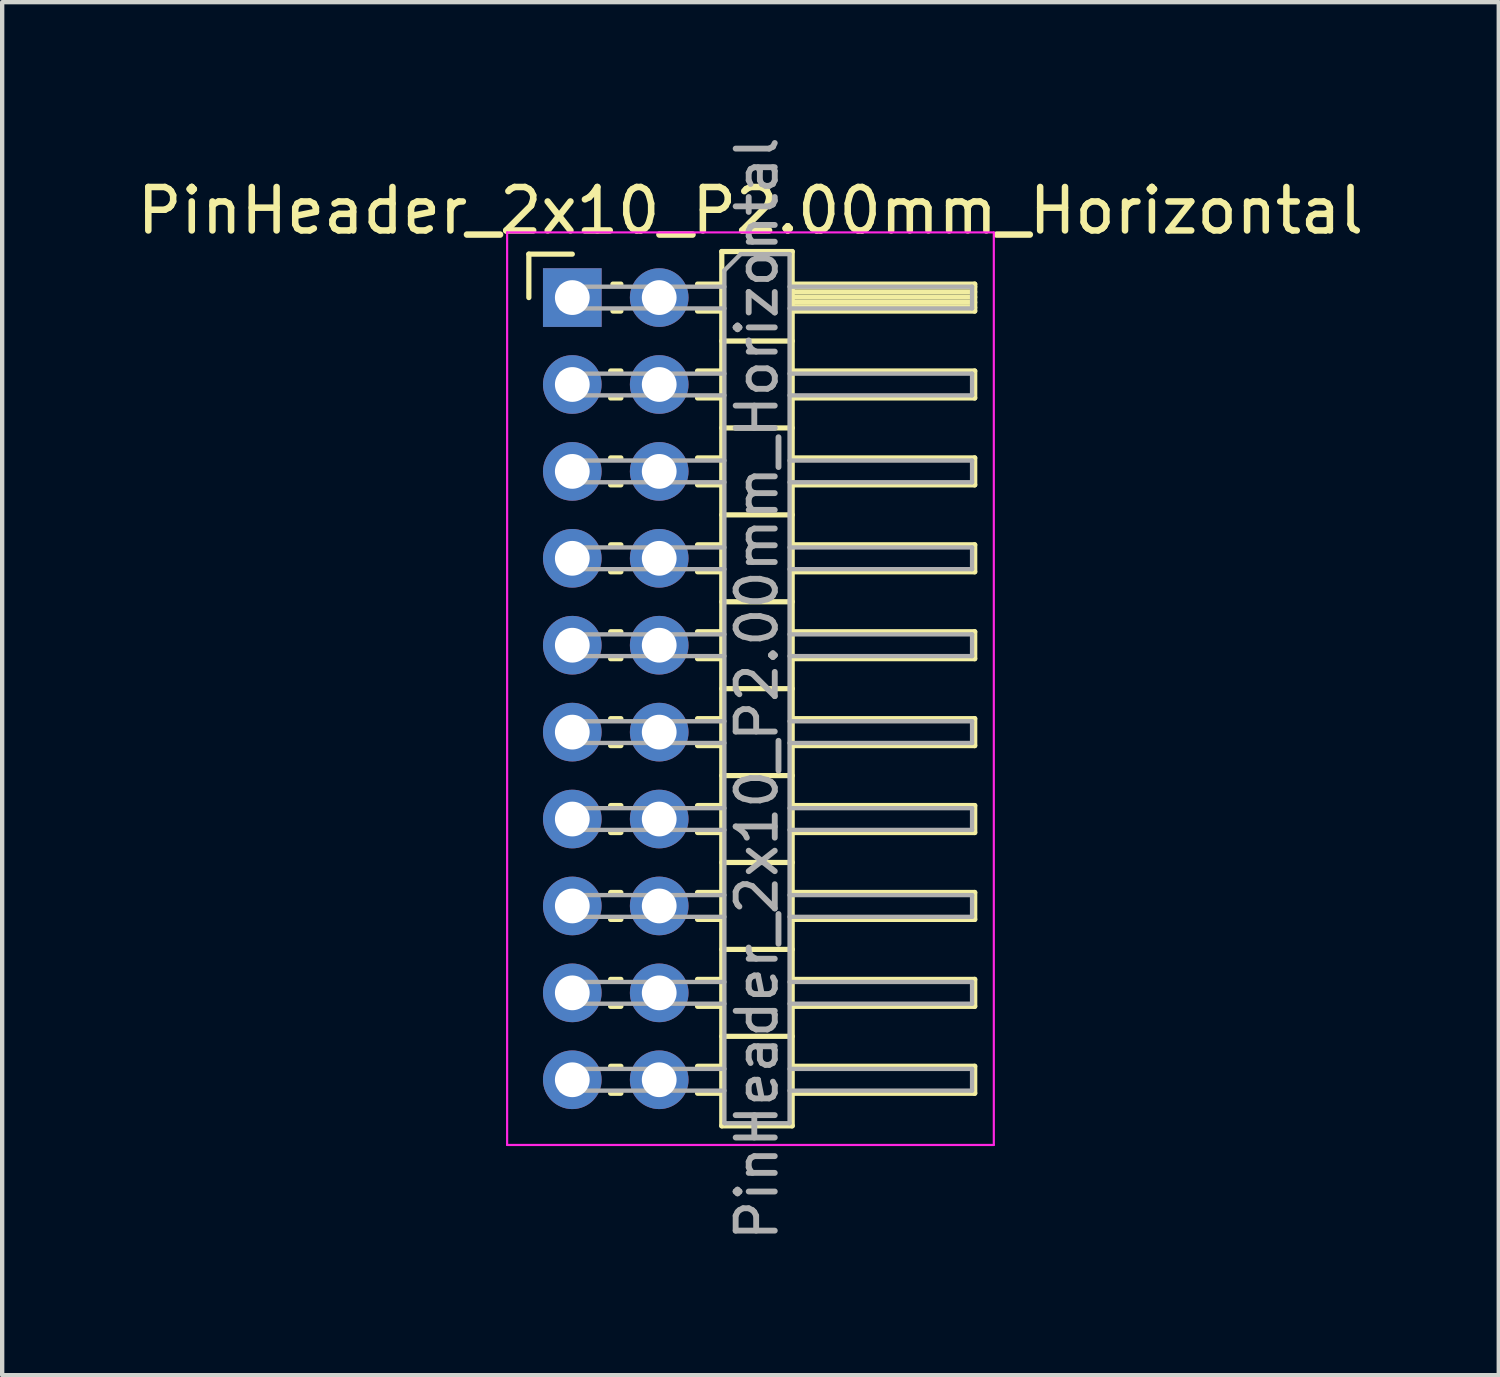
<source format=kicad_pcb>
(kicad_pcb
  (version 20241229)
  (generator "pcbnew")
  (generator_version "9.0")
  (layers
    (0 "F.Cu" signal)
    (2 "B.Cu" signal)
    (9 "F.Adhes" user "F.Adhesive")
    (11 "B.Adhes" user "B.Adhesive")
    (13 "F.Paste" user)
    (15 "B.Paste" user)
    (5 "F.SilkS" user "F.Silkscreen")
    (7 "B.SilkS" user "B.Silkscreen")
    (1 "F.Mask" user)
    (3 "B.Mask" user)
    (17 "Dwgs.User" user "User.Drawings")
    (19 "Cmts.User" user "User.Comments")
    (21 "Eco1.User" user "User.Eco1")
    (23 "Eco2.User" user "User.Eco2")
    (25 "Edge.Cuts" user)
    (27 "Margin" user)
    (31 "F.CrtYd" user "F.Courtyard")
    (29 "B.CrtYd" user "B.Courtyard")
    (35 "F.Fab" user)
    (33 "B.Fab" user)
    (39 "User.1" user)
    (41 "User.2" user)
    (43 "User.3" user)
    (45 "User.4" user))
  (footprint "PinHeader_2x10_P2.00mm_Horizontal"
    (layer "F.Cu")
    (at 10.12 3.798)
    (property "Reference" "PinHeader_2x10_P2.00mm_Horizontal" (at 4.1 -2 0) (layer "F.SilkS") (effects (font (size 1 1) (thickness 0.15))))
    (attr through_hole)
    (fp_line (start -1 -1) (end 0 -1) (stroke (width 0.12) (type solid)) (layer "F.SilkS"))
    (fp_line (start -1 0) (end -1 -1) (stroke (width 0.12) (type solid)) (layer "F.SilkS"))
    (fp_line (start 0.882 1.69) (end 1.118 1.69) (stroke (width 0.12) (type solid)) (layer "F.SilkS"))
    (fp_line (start 0.882 2.31) (end 1.118 2.31) (stroke (width 0.12) (type solid)) (layer "F.SilkS"))
    (fp_line (start 0.882 3.69) (end 1.118 3.69) (stroke (width 0.12) (type solid)) (layer "F.SilkS"))
    (fp_line (start 0.882 4.31) (end 1.118 4.31) (stroke (width 0.12) (type solid)) (layer "F.SilkS"))
    (fp_line (start 0.882 5.69) (end 1.118 5.69) (stroke (width 0.12) (type solid)) (layer "F.SilkS"))
    (fp_line (start 0.882 6.31) (end 1.118 6.31) (stroke (width 0.12) (type solid)) (layer "F.SilkS"))
    (fp_line (start 0.882 7.69) (end 1.118 7.69) (stroke (width 0.12) (type solid)) (layer "F.SilkS"))
    (fp_line (start 0.882 8.31) (end 1.118 8.31) (stroke (width 0.12) (type solid)) (layer "F.SilkS"))
    (fp_line (start 0.882 9.69) (end 1.118 9.69) (stroke (width 0.12) (type solid)) (layer "F.SilkS"))
    (fp_line (start 0.882 10.31) (end 1.118 10.31) (stroke (width 0.12) (type solid)) (layer "F.SilkS"))
    (fp_line (start 0.882 11.69) (end 1.118 11.69) (stroke (width 0.12) (type solid)) (layer "F.SilkS"))
    (fp_line (start 0.882 12.31) (end 1.118 12.31) (stroke (width 0.12) (type solid)) (layer "F.SilkS"))
    (fp_line (start 0.882 13.69) (end 1.118 13.69) (stroke (width 0.12) (type solid)) (layer "F.SilkS"))
    (fp_line (start 0.882 14.31) (end 1.118 14.31) (stroke (width 0.12) (type solid)) (layer "F.SilkS"))
    (fp_line (start 0.882 15.69) (end 1.118 15.69) (stroke (width 0.12) (type solid)) (layer "F.SilkS"))
    (fp_line (start 0.882 16.31) (end 1.118 16.31) (stroke (width 0.12) (type solid)) (layer "F.SilkS"))
    (fp_line (start 0.882 17.69) (end 1.118 17.69) (stroke (width 0.12) (type solid)) (layer "F.SilkS"))
    (fp_line (start 0.882 18.31) (end 1.118 18.31) (stroke (width 0.12) (type solid)) (layer "F.SilkS"))
    (fp_line (start 0.935 -0.31) (end 1.118 -0.31) (stroke (width 0.12) (type solid)) (layer "F.SilkS"))
    (fp_line (start 0.935 0.31) (end 1.118 0.31) (stroke (width 0.12) (type solid)) (layer "F.SilkS"))
    (fp_line (start 2.882 -0.31) (end 3.44 -0.31) (stroke (width 0.12) (type solid)) (layer "F.SilkS"))
    (fp_line (start 2.882 0.31) (end 3.44 0.31) (stroke (width 0.12) (type solid)) (layer "F.SilkS"))
    (fp_line (start 2.882 1.69) (end 3.44 1.69) (stroke (width 0.12) (type solid)) (layer "F.SilkS"))
    (fp_line (start 2.882 2.31) (end 3.44 2.31) (stroke (width 0.12) (type solid)) (layer "F.SilkS"))
    (fp_line (start 2.882 3.69) (end 3.44 3.69) (stroke (width 0.12) (type solid)) (layer "F.SilkS"))
    (fp_line (start 2.882 4.31) (end 3.44 4.31) (stroke (width 0.12) (type solid)) (layer "F.SilkS"))
    (fp_line (start 2.882 5.69) (end 3.44 5.69) (stroke (width 0.12) (type solid)) (layer "F.SilkS"))
    (fp_line (start 2.882 6.31) (end 3.44 6.31) (stroke (width 0.12) (type solid)) (layer "F.SilkS"))
    (fp_line (start 2.882 7.69) (end 3.44 7.69) (stroke (width 0.12) (type solid)) (layer "F.SilkS"))
    (fp_line (start 2.882 8.31) (end 3.44 8.31) (stroke (width 0.12) (type solid)) (layer "F.SilkS"))
    (fp_line (start 2.882 9.69) (end 3.44 9.69) (stroke (width 0.12) (type solid)) (layer "F.SilkS"))
    (fp_line (start 2.882 10.31) (end 3.44 10.31) (stroke (width 0.12) (type solid)) (layer "F.SilkS"))
    (fp_line (start 2.882 11.69) (end 3.44 11.69) (stroke (width 0.12) (type solid)) (layer "F.SilkS"))
    (fp_line (start 2.882 12.31) (end 3.44 12.31) (stroke (width 0.12) (type solid)) (layer "F.SilkS"))
    (fp_line (start 2.882 13.69) (end 3.44 13.69) (stroke (width 0.12) (type solid)) (layer "F.SilkS"))
    (fp_line (start 2.882 14.31) (end 3.44 14.31) (stroke (width 0.12) (type solid)) (layer "F.SilkS"))
    (fp_line (start 2.882 15.69) (end 3.44 15.69) (stroke (width 0.12) (type solid)) (layer "F.SilkS"))
    (fp_line (start 2.882 16.31) (end 3.44 16.31) (stroke (width 0.12) (type solid)) (layer "F.SilkS"))
    (fp_line (start 2.882 17.69) (end 3.44 17.69) (stroke (width 0.12) (type solid)) (layer "F.SilkS"))
    (fp_line (start 2.882 18.31) (end 3.44 18.31) (stroke (width 0.12) (type solid)) (layer "F.SilkS"))
    (fp_line (start 3.44 -1.06) (end 3.44 19.06) (stroke (width 0.12) (type solid)) (layer "F.SilkS"))
    (fp_line (start 3.44 1) (end 5.06 1) (stroke (width 0.12) (type solid)) (layer "F.SilkS"))
    (fp_line (start 3.44 3) (end 5.06 3) (stroke (width 0.12) (type solid)) (layer "F.SilkS"))
    (fp_line (start 3.44 5) (end 5.06 5) (stroke (width 0.12) (type solid)) (layer "F.SilkS"))
    (fp_line (start 3.44 7) (end 5.06 7) (stroke (width 0.12) (type solid)) (layer "F.SilkS"))
    (fp_line (start 3.44 9) (end 5.06 9) (stroke (width 0.12) (type solid)) (layer "F.SilkS"))
    (fp_line (start 3.44 11) (end 5.06 11) (stroke (width 0.12) (type solid)) (layer "F.SilkS"))
    (fp_line (start 3.44 13) (end 5.06 13) (stroke (width 0.12) (type solid)) (layer "F.SilkS"))
    (fp_line (start 3.44 15) (end 5.06 15) (stroke (width 0.12) (type solid)) (layer "F.SilkS"))
    (fp_line (start 3.44 17) (end 5.06 17) (stroke (width 0.12) (type solid)) (layer "F.SilkS"))
    (fp_line (start 3.44 19.06) (end 5.06 19.06) (stroke (width 0.12) (type solid)) (layer "F.SilkS"))
    (fp_line (start 5.06 -1.06) (end 3.44 -1.06) (stroke (width 0.12) (type solid)) (layer "F.SilkS"))
    (fp_line (start 5.06 -0.31) (end 9.26 -0.31) (stroke (width 0.12) (type solid)) (layer "F.SilkS"))
    (fp_line (start 5.06 -0.25) (end 9.26 -0.25) (stroke (width 0.12) (type solid)) (layer "F.SilkS"))
    (fp_line (start 5.06 -0.13) (end 9.26 -0.13) (stroke (width 0.12) (type solid)) (layer "F.SilkS"))
    (fp_line (start 5.06 -0.01) (end 9.26 -0.01) (stroke (width 0.12) (type solid)) (layer "F.SilkS"))
    (fp_line (start 5.06 0.11) (end 9.26 0.11) (stroke (width 0.12) (type solid)) (layer "F.SilkS"))
    (fp_line (start 5.06 0.23) (end 9.26 0.23) (stroke (width 0.12) (type solid)) (layer "F.SilkS"))
    (fp_line (start 5.06 1.69) (end 9.26 1.69) (stroke (width 0.12) (type solid)) (layer "F.SilkS"))
    (fp_line (start 5.06 3.69) (end 9.26 3.69) (stroke (width 0.12) (type solid)) (layer "F.SilkS"))
    (fp_line (start 5.06 5.69) (end 9.26 5.69) (stroke (width 0.12) (type solid)) (layer "F.SilkS"))
    (fp_line (start 5.06 7.69) (end 9.26 7.69) (stroke (width 0.12) (type solid)) (layer "F.SilkS"))
    (fp_line (start 5.06 9.69) (end 9.26 9.69) (stroke (width 0.12) (type solid)) (layer "F.SilkS"))
    (fp_line (start 5.06 11.69) (end 9.26 11.69) (stroke (width 0.12) (type solid)) (layer "F.SilkS"))
    (fp_line (start 5.06 13.69) (end 9.26 13.69) (stroke (width 0.12) (type solid)) (layer "F.SilkS"))
    (fp_line (start 5.06 15.69) (end 9.26 15.69) (stroke (width 0.12) (type solid)) (layer "F.SilkS"))
    (fp_line (start 5.06 17.69) (end 9.26 17.69) (stroke (width 0.12) (type solid)) (layer "F.SilkS"))
    (fp_line (start 5.06 19.06) (end 5.06 -1.06) (stroke (width 0.12) (type solid)) (layer "F.SilkS"))
    (fp_line (start 9.26 -0.31) (end 9.26 0.31) (stroke (width 0.12) (type solid)) (layer "F.SilkS"))
    (fp_line (start 9.26 0.31) (end 5.06 0.31) (stroke (width 0.12) (type solid)) (layer "F.SilkS"))
    (fp_line (start 9.26 1.69) (end 9.26 2.31) (stroke (width 0.12) (type solid)) (layer "F.SilkS"))
    (fp_line (start 9.26 2.31) (end 5.06 2.31) (stroke (width 0.12) (type solid)) (layer "F.SilkS"))
    (fp_line (start 9.26 3.69) (end 9.26 4.31) (stroke (width 0.12) (type solid)) (layer "F.SilkS"))
    (fp_line (start 9.26 4.31) (end 5.06 4.31) (stroke (width 0.12) (type solid)) (layer "F.SilkS"))
    (fp_line (start 9.26 5.69) (end 9.26 6.31) (stroke (width 0.12) (type solid)) (layer "F.SilkS"))
    (fp_line (start 9.26 6.31) (end 5.06 6.31) (stroke (width 0.12) (type solid)) (layer "F.SilkS"))
    (fp_line (start 9.26 7.69) (end 9.26 8.31) (stroke (width 0.12) (type solid)) (layer "F.SilkS"))
    (fp_line (start 9.26 8.31) (end 5.06 8.31) (stroke (width 0.12) (type solid)) (layer "F.SilkS"))
    (fp_line (start 9.26 9.69) (end 9.26 10.31) (stroke (width 0.12) (type solid)) (layer "F.SilkS"))
    (fp_line (start 9.26 10.31) (end 5.06 10.31) (stroke (width 0.12) (type solid)) (layer "F.SilkS"))
    (fp_line (start 9.26 11.69) (end 9.26 12.31) (stroke (width 0.12) (type solid)) (layer "F.SilkS"))
    (fp_line (start 9.26 12.31) (end 5.06 12.31) (stroke (width 0.12) (type solid)) (layer "F.SilkS"))
    (fp_line (start 9.26 13.69) (end 9.26 14.31) (stroke (width 0.12) (type solid)) (layer "F.SilkS"))
    (fp_line (start 9.26 14.31) (end 5.06 14.31) (stroke (width 0.12) (type solid)) (layer "F.SilkS"))
    (fp_line (start 9.26 15.69) (end 9.26 16.31) (stroke (width 0.12) (type solid)) (layer "F.SilkS"))
    (fp_line (start 9.26 16.31) (end 5.06 16.31) (stroke (width 0.12) (type solid)) (layer "F.SilkS"))
    (fp_line (start 9.26 17.69) (end 9.26 18.31) (stroke (width 0.12) (type solid)) (layer "F.SilkS"))
    (fp_line (start 9.26 18.31) (end 5.06 18.31) (stroke (width 0.12) (type solid)) (layer "F.SilkS"))
    (fp_line (start -1.5 -1.5) (end -1.5 19.5) (stroke (width 0.05) (type solid)) (layer "F.CrtYd"))
    (fp_line (start -1.5 19.5) (end 9.7 19.5) (stroke (width 0.05) (type solid)) (layer "F.CrtYd"))
    (fp_line (start 9.7 -1.5) (end -1.5 -1.5) (stroke (width 0.05) (type solid)) (layer "F.CrtYd"))
    (fp_line (start 9.7 19.5) (end 9.7 -1.5) (stroke (width 0.05) (type solid)) (layer "F.CrtYd"))
    (fp_line (start -0.25 -0.25) (end -0.25 0.25) (stroke (width 0.1) (type solid)) (layer "F.Fab"))
    (fp_line (start -0.25 -0.25) (end 3.5 -0.25) (stroke (width 0.1) (type solid)) (layer "F.Fab"))
    (fp_line (start -0.25 0.25) (end 3.5 0.25) (stroke (width 0.1) (type solid)) (layer "F.Fab"))
    (fp_line (start -0.25 1.75) (end -0.25 2.25) (stroke (width 0.1) (type solid)) (layer "F.Fab"))
    (fp_line (start -0.25 1.75) (end 3.5 1.75) (stroke (width 0.1) (type solid)) (layer "F.Fab"))
    (fp_line (start -0.25 2.25) (end 3.5 2.25) (stroke (width 0.1) (type solid)) (layer "F.Fab"))
    (fp_line (start -0.25 3.75) (end -0.25 4.25) (stroke (width 0.1) (type solid)) (layer "F.Fab"))
    (fp_line (start -0.25 3.75) (end 3.5 3.75) (stroke (width 0.1) (type solid)) (layer "F.Fab"))
    (fp_line (start -0.25 4.25) (end 3.5 4.25) (stroke (width 0.1) (type solid)) (layer "F.Fab"))
    (fp_line (start -0.25 5.75) (end -0.25 6.25) (stroke (width 0.1) (type solid)) (layer "F.Fab"))
    (fp_line (start -0.25 5.75) (end 3.5 5.75) (stroke (width 0.1) (type solid)) (layer "F.Fab"))
    (fp_line (start -0.25 6.25) (end 3.5 6.25) (stroke (width 0.1) (type solid)) (layer "F.Fab"))
    (fp_line (start -0.25 7.75) (end -0.25 8.25) (stroke (width 0.1) (type solid)) (layer "F.Fab"))
    (fp_line (start -0.25 7.75) (end 3.5 7.75) (stroke (width 0.1) (type solid)) (layer "F.Fab"))
    (fp_line (start -0.25 8.25) (end 3.5 8.25) (stroke (width 0.1) (type solid)) (layer "F.Fab"))
    (fp_line (start -0.25 9.75) (end -0.25 10.25) (stroke (width 0.1) (type solid)) (layer "F.Fab"))
    (fp_line (start -0.25 9.75) (end 3.5 9.75) (stroke (width 0.1) (type solid)) (layer "F.Fab"))
    (fp_line (start -0.25 10.25) (end 3.5 10.25) (stroke (width 0.1) (type solid)) (layer "F.Fab"))
    (fp_line (start -0.25 11.75) (end -0.25 12.25) (stroke (width 0.1) (type solid)) (layer "F.Fab"))
    (fp_line (start -0.25 11.75) (end 3.5 11.75) (stroke (width 0.1) (type solid)) (layer "F.Fab"))
    (fp_line (start -0.25 12.25) (end 3.5 12.25) (stroke (width 0.1) (type solid)) (layer "F.Fab"))
    (fp_line (start -0.25 13.75) (end -0.25 14.25) (stroke (width 0.1) (type solid)) (layer "F.Fab"))
    (fp_line (start -0.25 13.75) (end 3.5 13.75) (stroke (width 0.1) (type solid)) (layer "F.Fab"))
    (fp_line (start -0.25 14.25) (end 3.5 14.25) (stroke (width 0.1) (type solid)) (layer "F.Fab"))
    (fp_line (start -0.25 15.75) (end -0.25 16.25) (stroke (width 0.1) (type solid)) (layer "F.Fab"))
    (fp_line (start -0.25 15.75) (end 3.5 15.75) (stroke (width 0.1) (type solid)) (layer "F.Fab"))
    (fp_line (start -0.25 16.25) (end 3.5 16.25) (stroke (width 0.1) (type solid)) (layer "F.Fab"))
    (fp_line (start -0.25 17.75) (end -0.25 18.25) (stroke (width 0.1) (type solid)) (layer "F.Fab"))
    (fp_line (start -0.25 17.75) (end 3.5 17.75) (stroke (width 0.1) (type solid)) (layer "F.Fab"))
    (fp_line (start -0.25 18.25) (end 3.5 18.25) (stroke (width 0.1) (type solid)) (layer "F.Fab"))
    (fp_line (start 3.5 -0.625) (end 3.875 -1) (stroke (width 0.1) (type solid)) (layer "F.Fab"))
    (fp_line (start 3.5 19) (end 3.5 -0.625) (stroke (width 0.1) (type solid)) (layer "F.Fab"))
    (fp_line (start 3.875 -1) (end 5 -1) (stroke (width 0.1) (type solid)) (layer "F.Fab"))
    (fp_line (start 5 -1) (end 5 19) (stroke (width 0.1) (type solid)) (layer "F.Fab"))
    (fp_line (start 5 -0.25) (end 9.2 -0.25) (stroke (width 0.1) (type solid)) (layer "F.Fab"))
    (fp_line (start 5 0.25) (end 9.2 0.25) (stroke (width 0.1) (type solid)) (layer "F.Fab"))
    (fp_line (start 5 1.75) (end 9.2 1.75) (stroke (width 0.1) (type solid)) (layer "F.Fab"))
    (fp_line (start 5 2.25) (end 9.2 2.25) (stroke (width 0.1) (type solid)) (layer "F.Fab"))
    (fp_line (start 5 3.75) (end 9.2 3.75) (stroke (width 0.1) (type solid)) (layer "F.Fab"))
    (fp_line (start 5 4.25) (end 9.2 4.25) (stroke (width 0.1) (type solid)) (layer "F.Fab"))
    (fp_line (start 5 5.75) (end 9.2 5.75) (stroke (width 0.1) (type solid)) (layer "F.Fab"))
    (fp_line (start 5 6.25) (end 9.2 6.25) (stroke (width 0.1) (type solid)) (layer "F.Fab"))
    (fp_line (start 5 7.75) (end 9.2 7.75) (stroke (width 0.1) (type solid)) (layer "F.Fab"))
    (fp_line (start 5 8.25) (end 9.2 8.25) (stroke (width 0.1) (type solid)) (layer "F.Fab"))
    (fp_line (start 5 9.75) (end 9.2 9.75) (stroke (width 0.1) (type solid)) (layer "F.Fab"))
    (fp_line (start 5 10.25) (end 9.2 10.25) (stroke (width 0.1) (type solid)) (layer "F.Fab"))
    (fp_line (start 5 11.75) (end 9.2 11.75) (stroke (width 0.1) (type solid)) (layer "F.Fab"))
    (fp_line (start 5 12.25) (end 9.2 12.25) (stroke (width 0.1) (type solid)) (layer "F.Fab"))
    (fp_line (start 5 13.75) (end 9.2 13.75) (stroke (width 0.1) (type solid)) (layer "F.Fab"))
    (fp_line (start 5 14.25) (end 9.2 14.25) (stroke (width 0.1) (type solid)) (layer "F.Fab"))
    (fp_line (start 5 15.75) (end 9.2 15.75) (stroke (width 0.1) (type solid)) (layer "F.Fab"))
    (fp_line (start 5 16.25) (end 9.2 16.25) (stroke (width 0.1) (type solid)) (layer "F.Fab"))
    (fp_line (start 5 17.75) (end 9.2 17.75) (stroke (width 0.1) (type solid)) (layer "F.Fab"))
    (fp_line (start 5 18.25) (end 9.2 18.25) (stroke (width 0.1) (type solid)) (layer "F.Fab"))
    (fp_line (start 5 19) (end 3.5 19) (stroke (width 0.1) (type solid)) (layer "F.Fab"))
    (fp_line (start 9.2 -0.25) (end 9.2 0.25) (stroke (width 0.1) (type solid)) (layer "F.Fab"))
    (fp_line (start 9.2 1.75) (end 9.2 2.25) (stroke (width 0.1) (type solid)) (layer "F.Fab"))
    (fp_line (start 9.2 3.75) (end 9.2 4.25) (stroke (width 0.1) (type solid)) (layer "F.Fab"))
    (fp_line (start 9.2 5.75) (end 9.2 6.25) (stroke (width 0.1) (type solid)) (layer "F.Fab"))
    (fp_line (start 9.2 7.75) (end 9.2 8.25) (stroke (width 0.1) (type solid)) (layer "F.Fab"))
    (fp_line (start 9.2 9.75) (end 9.2 10.25) (stroke (width 0.1) (type solid)) (layer "F.Fab"))
    (fp_line (start 9.2 11.75) (end 9.2 12.25) (stroke (width 0.1) (type solid)) (layer "F.Fab"))
    (fp_line (start 9.2 13.75) (end 9.2 14.25) (stroke (width 0.1) (type solid)) (layer "F.Fab"))
    (fp_line (start 9.2 15.75) (end 9.2 16.25) (stroke (width 0.1) (type solid)) (layer "F.Fab"))
    (fp_line (start 9.2 17.75) (end 9.2 18.25) (stroke (width 0.1) (type solid)) (layer "F.Fab"))
    (fp_text user "${REFERENCE}" (at 4.25 9 90) (layer "F.Fab") (effects (font (size 0.9 0.9) (thickness 0.135))))
    (pad "1" thru_hole rect (at 0 0) (size 1.35 1.35) (drill 0.8) (layers "*.Cu" "*.Mask"))
    (pad "2" thru_hole oval (at 2 0) (size 1.35 1.35) (drill 0.8) (layers "*.Cu" "*.Mask"))
    (pad "3" thru_hole oval (at 0 2) (size 1.35 1.35) (drill 0.8) (layers "*.Cu" "*.Mask"))
    (pad "4" thru_hole oval (at 2 2) (size 1.35 1.35) (drill 0.8) (layers "*.Cu" "*.Mask"))
    (pad "5" thru_hole oval (at 0 4) (size 1.35 1.35) (drill 0.8) (layers "*.Cu" "*.Mask"))
    (pad "6" thru_hole oval (at 2 4) (size 1.35 1.35) (drill 0.8) (layers "*.Cu" "*.Mask"))
    (pad "7" thru_hole oval (at 0 6) (size 1.35 1.35) (drill 0.8) (layers "*.Cu" "*.Mask"))
    (pad "8" thru_hole oval (at 2 6) (size 1.35 1.35) (drill 0.8) (layers "*.Cu" "*.Mask"))
    (pad "9" thru_hole oval (at 0 8) (size 1.35 1.35) (drill 0.8) (layers "*.Cu" "*.Mask"))
    (pad "10" thru_hole oval (at 2 8) (size 1.35 1.35) (drill 0.8) (layers "*.Cu" "*.Mask"))
    (pad "11" thru_hole oval (at 0 10) (size 1.35 1.35) (drill 0.8) (layers "*.Cu" "*.Mask"))
    (pad "12" thru_hole oval (at 2 10) (size 1.35 1.35) (drill 0.8) (layers "*.Cu" "*.Mask"))
    (pad "13" thru_hole oval (at 0 12) (size 1.35 1.35) (drill 0.8) (layers "*.Cu" "*.Mask"))
    (pad "14" thru_hole oval (at 2 12) (size 1.35 1.35) (drill 0.8) (layers "*.Cu" "*.Mask"))
    (pad "15" thru_hole oval (at 0 14) (size 1.35 1.35) (drill 0.8) (layers "*.Cu" "*.Mask"))
    (pad "16" thru_hole oval (at 2 14) (size 1.35 1.35) (drill 0.8) (layers "*.Cu" "*.Mask"))
    (pad "17" thru_hole oval (at 0 16) (size 1.35 1.35) (drill 0.8) (layers "*.Cu" "*.Mask"))
    (pad "18" thru_hole oval (at 2 16) (size 1.35 1.35) (drill 0.8) (layers "*.Cu" "*.Mask"))
    (pad "19" thru_hole oval (at 0 18) (size 1.35 1.35) (drill 0.8) (layers "*.Cu" "*.Mask"))
    (pad "20" thru_hole oval (at 2 18) (size 1.35 1.35) (drill 0.8) (layers "*.Cu" "*.Mask")))
  (gr_rect
    (start -3 -3)
    (end 31.44 28.596)
    (stroke (width 0.1) (type default))
    (fill no)
    (layer "Edge.Cuts")))
</source>
